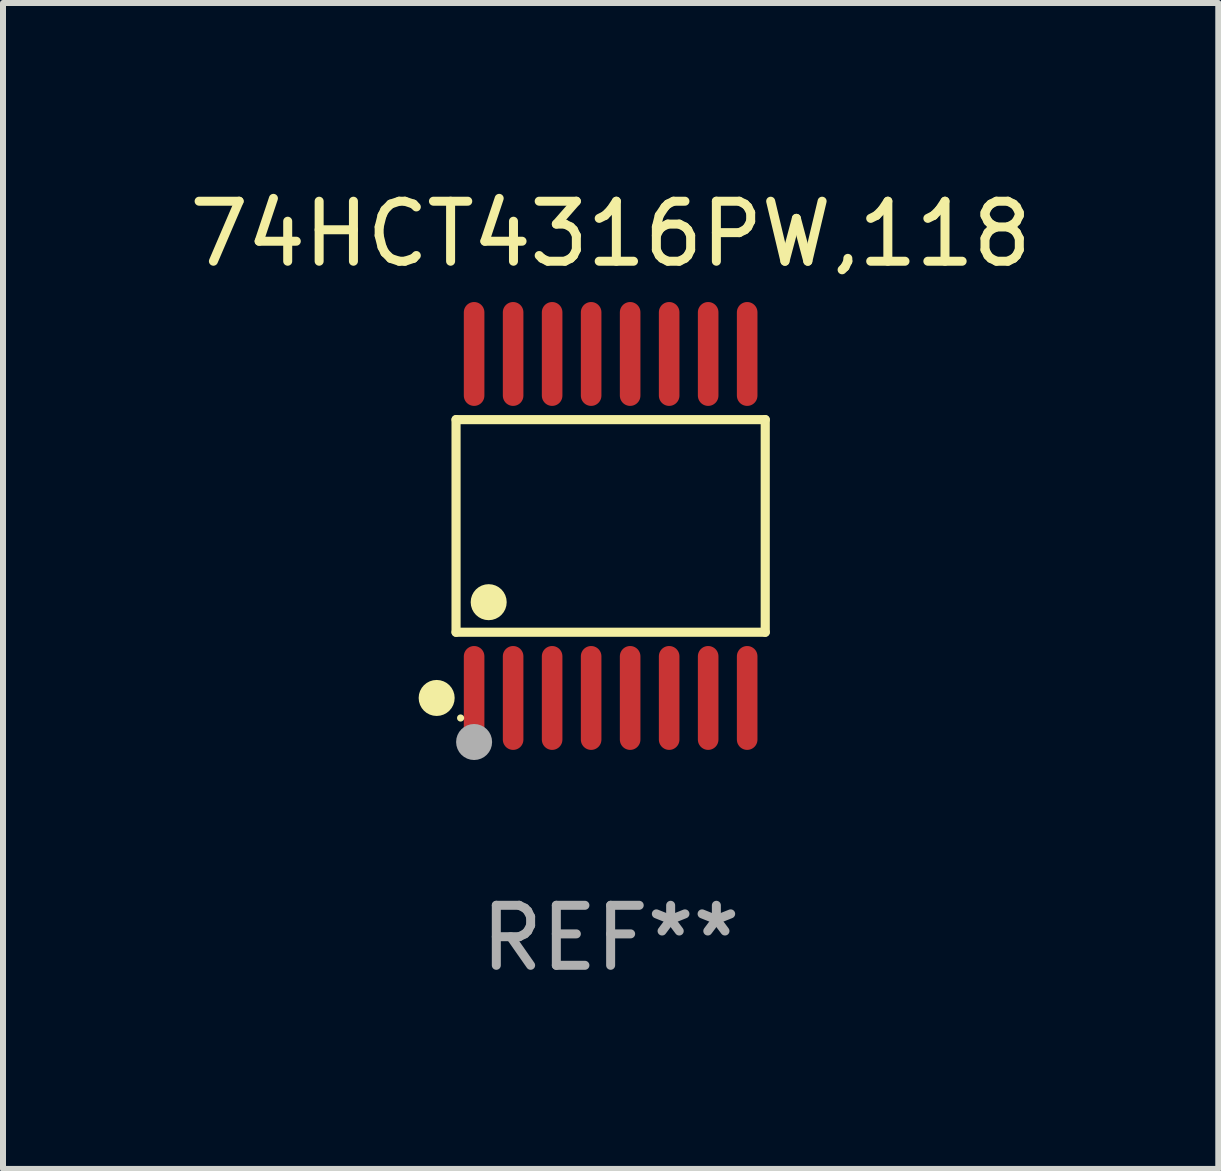
<source format=kicad_pcb>
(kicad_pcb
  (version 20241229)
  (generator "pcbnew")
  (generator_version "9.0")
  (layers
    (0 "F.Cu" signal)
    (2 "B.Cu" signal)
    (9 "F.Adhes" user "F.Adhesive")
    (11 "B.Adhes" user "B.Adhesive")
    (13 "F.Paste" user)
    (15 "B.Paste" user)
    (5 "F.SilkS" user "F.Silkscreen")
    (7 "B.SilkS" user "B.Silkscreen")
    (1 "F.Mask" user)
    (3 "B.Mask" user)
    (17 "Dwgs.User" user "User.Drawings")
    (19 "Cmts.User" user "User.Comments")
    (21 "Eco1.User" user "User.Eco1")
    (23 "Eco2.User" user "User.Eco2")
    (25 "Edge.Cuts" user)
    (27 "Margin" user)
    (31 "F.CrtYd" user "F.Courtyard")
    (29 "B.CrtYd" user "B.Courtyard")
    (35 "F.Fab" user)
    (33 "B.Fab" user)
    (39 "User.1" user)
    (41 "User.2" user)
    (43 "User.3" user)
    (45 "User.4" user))
  (footprint "74HCT4316PW,118"
    (layer "F.Cu")
    (at 7.125 5.714)
    (property "Reference" "74HCT4316PW,118" (at 0 -4.866 0) (layer "F.SilkS") (effects (font (size 1 1) (thickness 0.15))))
    (attr through_hole)
    (fp_line (start -2.576 -1.772) (end 2.576 -1.772) (stroke (width 0.152) (type solid)) (layer "F.SilkS"))
    (fp_line (start -2.576 1.771) (end -2.576 -1.772) (stroke (width 0.152) (type solid)) (layer "F.SilkS"))
    (fp_line (start 2.576 -1.772) (end 2.576 1.771) (stroke (width 0.152) (type solid)) (layer "F.SilkS"))
    (fp_line (start 2.576 1.771) (end -2.576 1.771) (stroke (width 0.152) (type solid)) (layer "F.SilkS"))
    (fp_circle (center -2.899 2.866) (end -2.749 2.866) (stroke (width 0.3) (type solid)) (fill no) (layer "F.SilkS"))
    (fp_circle (center -2.5 3.2) (end -2.47 3.2) (stroke (width 0.06) (type solid)) (fill no) (layer "F.SilkS"))
    (fp_circle (center -2.032 1.27) (end -1.882 1.27) (stroke (width 0.3) (type solid)) (fill no) (layer "F.SilkS"))
    (fp_circle (center -2.275 3.6) (end -2.125 3.6) (stroke (width 0.3) (type solid)) (fill no) (layer "F.Fab"))
    (fp_text user "REF**" (at 0 6.866 0) (layer "F.Fab") (effects (font (size 1 1) (thickness 0.15))))
    (pad "1" smd oval (at -2.275 2.866) (size 0.343 1.731) (layers "F.Cu" "F.Mask" "F.Paste"))
    (pad "2" smd oval (at -1.625 2.866) (size 0.343 1.731) (layers "F.Cu" "F.Mask" "F.Paste"))
    (pad "3" smd oval (at -0.975 2.866) (size 0.343 1.731) (layers "F.Cu" "F.Mask" "F.Paste"))
    (pad "4" smd oval (at -0.325 2.866) (size 0.343 1.731) (layers "F.Cu" "F.Mask" "F.Paste"))
    (pad "5" smd oval (at 0.325 2.866) (size 0.343 1.731) (layers "F.Cu" "F.Mask" "F.Paste"))
    (pad "6" smd oval (at 0.975 2.866) (size 0.343 1.731) (layers "F.Cu" "F.Mask" "F.Paste"))
    (pad "7" smd oval (at 1.625 2.866) (size 0.343 1.731) (layers "F.Cu" "F.Mask" "F.Paste"))
    (pad "8" smd oval (at 2.275 2.866) (size 0.343 1.731) (layers "F.Cu" "F.Mask" "F.Paste"))
    (pad "9" smd oval (at 2.275 -2.866) (size 0.343 1.731) (layers "F.Cu" "F.Mask" "F.Paste"))
    (pad "10" smd oval (at 1.625 -2.866) (size 0.343 1.731) (layers "F.Cu" "F.Mask" "F.Paste"))
    (pad "11" smd oval (at 0.975 -2.866) (size 0.343 1.731) (layers "F.Cu" "F.Mask" "F.Paste"))
    (pad "12" smd oval (at 0.325 -2.866) (size 0.343 1.731) (layers "F.Cu" "F.Mask" "F.Paste"))
    (pad "13" smd oval (at -0.325 -2.866) (size 0.343 1.731) (layers "F.Cu" "F.Mask" "F.Paste"))
    (pad "14" smd oval (at -0.975 -2.866) (size 0.343 1.731) (layers "F.Cu" "F.Mask" "F.Paste"))
    (pad "15" smd oval (at -1.625 -2.866) (size 0.343 1.731) (layers "F.Cu" "F.Mask" "F.Paste"))
    (pad "16" smd oval (at -2.275 -2.866) (size 0.343 1.731) (layers "F.Cu" "F.Mask" "F.Paste")))
  (gr_rect
    (start -3 -3)
    (end 17.25 16.428)
    (stroke (width 0.1) (type default))
    (fill no)
    (layer "Edge.Cuts")))
</source>
